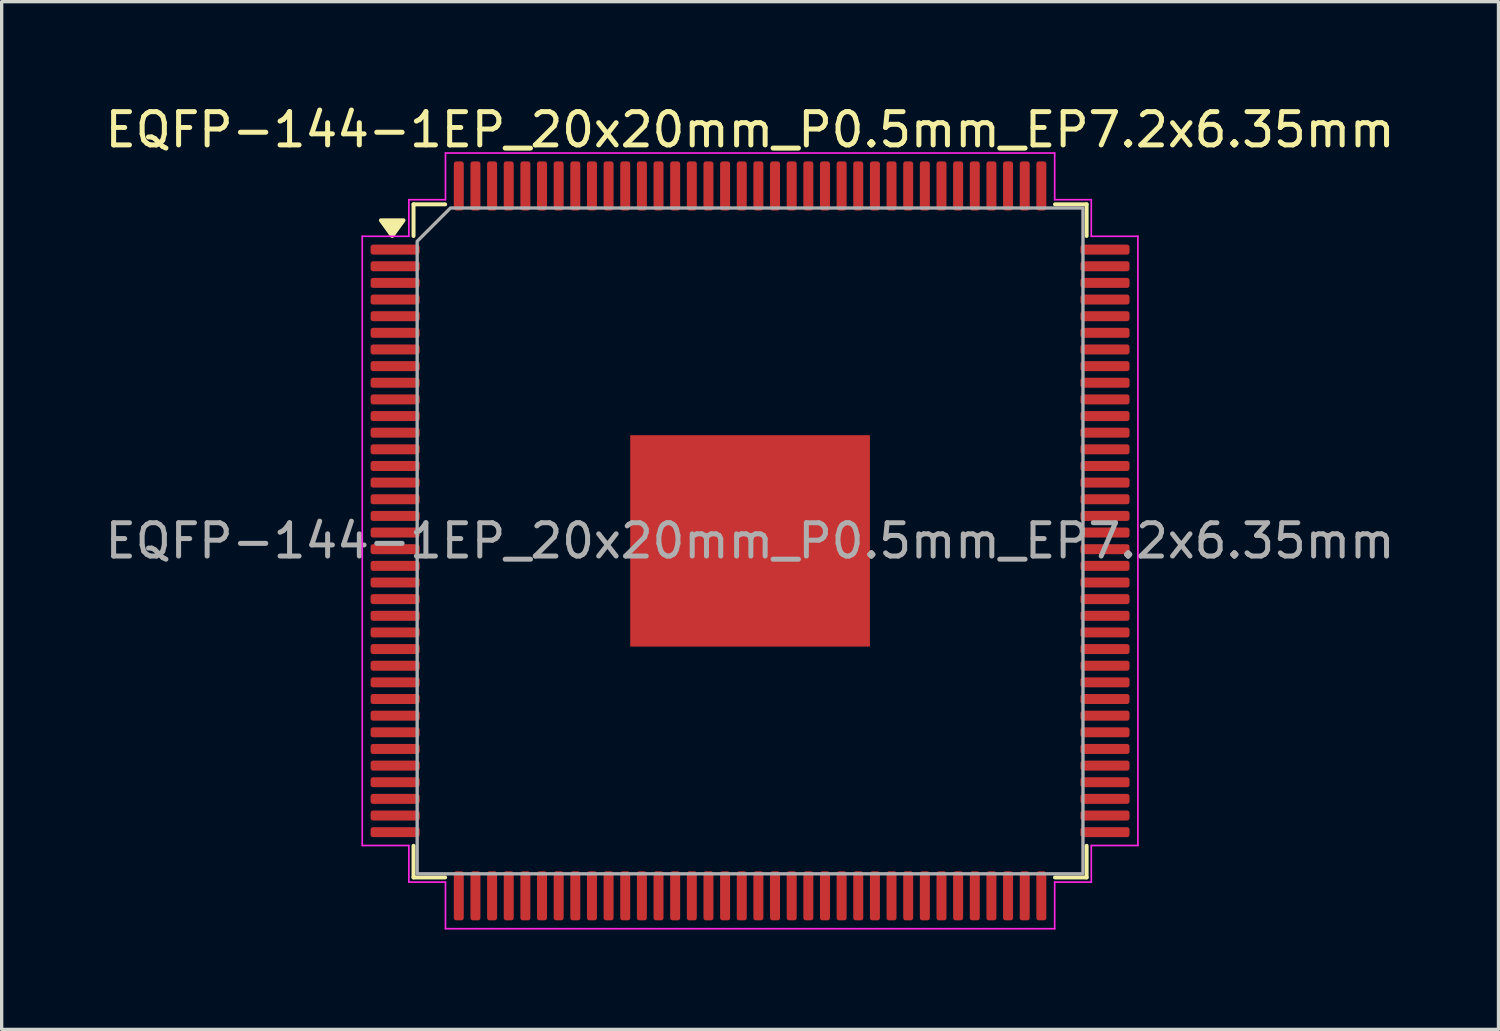
<source format=kicad_pcb>
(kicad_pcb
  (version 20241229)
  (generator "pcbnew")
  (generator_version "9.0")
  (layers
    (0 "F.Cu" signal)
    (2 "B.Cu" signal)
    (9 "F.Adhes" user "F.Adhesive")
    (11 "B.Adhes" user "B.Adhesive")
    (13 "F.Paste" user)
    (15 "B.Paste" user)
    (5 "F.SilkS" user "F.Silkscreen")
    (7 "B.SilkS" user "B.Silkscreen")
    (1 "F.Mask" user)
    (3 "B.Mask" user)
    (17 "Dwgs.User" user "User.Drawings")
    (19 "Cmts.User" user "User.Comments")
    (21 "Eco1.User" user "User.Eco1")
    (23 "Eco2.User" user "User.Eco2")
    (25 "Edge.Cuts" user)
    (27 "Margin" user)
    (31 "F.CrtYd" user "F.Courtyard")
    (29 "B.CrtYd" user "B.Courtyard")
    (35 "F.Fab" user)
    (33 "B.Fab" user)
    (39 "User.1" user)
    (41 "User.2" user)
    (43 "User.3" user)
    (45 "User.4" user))
  (footprint "EQFP-144-1EP_20x20mm_P0.5mm_EP7.2x6.35mm"
    (layer "F.Cu")
    (at 19.482 13.198)
    (property "Reference" "EQFP-144-1EP_20x20mm_P0.5mm_EP7.2x6.35mm" (at 0 -12.35 0) (layer "F.SilkS") (effects (font (size 1 1) (thickness 0.15))))
    (attr smd)
    (fp_line (start -10.11 -10.11) (end -9.16 -10.11) (stroke (width 0.12) (type solid)) (layer "F.SilkS"))
    (fp_line (start -10.11 -9.16) (end -10.11 -10.11) (stroke (width 0.12) (type solid)) (layer "F.SilkS"))
    (fp_line (start -10.11 10.11) (end -10.11 9.16) (stroke (width 0.12) (type solid)) (layer "F.SilkS"))
    (fp_line (start -9.16 10.11) (end -10.11 10.11) (stroke (width 0.12) (type solid)) (layer "F.SilkS"))
    (fp_line (start 9.16 -10.11) (end 10.11 -10.11) (stroke (width 0.12) (type solid)) (layer "F.SilkS"))
    (fp_line (start 10.11 -10.11) (end 10.11 -9.16) (stroke (width 0.12) (type solid)) (layer "F.SilkS"))
    (fp_line (start 10.11 9.16) (end 10.11 10.11) (stroke (width 0.12) (type solid)) (layer "F.SilkS"))
    (fp_line (start 10.11 10.11) (end 9.16 10.11) (stroke (width 0.12) (type solid)) (layer "F.SilkS"))
    (fp_poly (pts (xy -10.75 -9.16) (xy -11.09 -9.63) (xy -10.41 -9.63)) (stroke (width 0.12) (type solid)) (fill yes) (layer "F.SilkS"))
    (fp_line (start -11.65 -9.15) (end -10.25 -9.15) (stroke (width 0.05) (type solid)) (layer "F.CrtYd"))
    (fp_line (start -11.65 9.15) (end -11.65 -9.15) (stroke (width 0.05) (type solid)) (layer "F.CrtYd"))
    (fp_line (start -10.25 -10.25) (end -9.15 -10.25) (stroke (width 0.05) (type solid)) (layer "F.CrtYd"))
    (fp_line (start -10.25 -9.15) (end -10.25 -10.25) (stroke (width 0.05) (type solid)) (layer "F.CrtYd"))
    (fp_line (start -10.25 9.15) (end -11.65 9.15) (stroke (width 0.05) (type solid)) (layer "F.CrtYd"))
    (fp_line (start -10.25 10.25) (end -10.25 9.15) (stroke (width 0.05) (type solid)) (layer "F.CrtYd"))
    (fp_line (start -9.15 -11.65) (end 9.15 -11.65) (stroke (width 0.05) (type solid)) (layer "F.CrtYd"))
    (fp_line (start -9.15 -10.25) (end -9.15 -11.65) (stroke (width 0.05) (type solid)) (layer "F.CrtYd"))
    (fp_line (start -9.15 10.25) (end -10.25 10.25) (stroke (width 0.05) (type solid)) (layer "F.CrtYd"))
    (fp_line (start -9.15 11.65) (end -9.15 10.25) (stroke (width 0.05) (type solid)) (layer "F.CrtYd"))
    (fp_line (start 9.15 -11.65) (end 9.15 -10.25) (stroke (width 0.05) (type solid)) (layer "F.CrtYd"))
    (fp_line (start 9.15 -10.25) (end 10.25 -10.25) (stroke (width 0.05) (type solid)) (layer "F.CrtYd"))
    (fp_line (start 9.15 10.25) (end 9.15 11.65) (stroke (width 0.05) (type solid)) (layer "F.CrtYd"))
    (fp_line (start 9.15 11.65) (end -9.15 11.65) (stroke (width 0.05) (type solid)) (layer "F.CrtYd"))
    (fp_line (start 10.25 -10.25) (end 10.25 -9.15) (stroke (width 0.05) (type solid)) (layer "F.CrtYd"))
    (fp_line (start 10.25 -9.15) (end 11.65 -9.15) (stroke (width 0.05) (type solid)) (layer "F.CrtYd"))
    (fp_line (start 10.25 9.15) (end 10.25 10.25) (stroke (width 0.05) (type solid)) (layer "F.CrtYd"))
    (fp_line (start 10.25 10.25) (end 9.15 10.25) (stroke (width 0.05) (type solid)) (layer "F.CrtYd"))
    (fp_line (start 11.65 -9.15) (end 11.65 9.15) (stroke (width 0.05) (type solid)) (layer "F.CrtYd"))
    (fp_line (start 11.65 9.15) (end 10.25 9.15) (stroke (width 0.05) (type solid)) (layer "F.CrtYd"))
    (fp_poly (pts (xy -10 -9) (xy -10 10) (xy 10 10) (xy 10 -10) (xy -9 -10)) (stroke (width 0.1) (type solid)) (fill no) (layer "F.Fab"))
    (fp_text user "${REFERENCE}" (at 0 0 0) (layer "F.Fab") (effects (font (size 1 1) (thickness 0.15))))
    (pad "" smd roundrect (at -3 -2.54) (size 0.97 1.02) (layers "F.Paste") (roundrect_rratio 0.25))
    (pad "" smd roundrect (at -3 -1.27) (size 0.97 1.02) (layers "F.Paste") (roundrect_rratio 0.25))
    (pad "" smd roundrect (at -3 0) (size 0.97 1.02) (layers "F.Paste") (roundrect_rratio 0.25))
    (pad "" smd roundrect (at -3 1.27) (size 0.97 1.02) (layers "F.Paste") (roundrect_rratio 0.25))
    (pad "" smd roundrect (at -3 2.54) (size 0.97 1.02) (layers "F.Paste") (roundrect_rratio 0.25))
    (pad "" smd roundrect (at -1.8 -2.54) (size 0.97 1.02) (layers "F.Paste") (roundrect_rratio 0.25))
    (pad "" smd roundrect (at -1.8 -1.27) (size 0.97 1.02) (layers "F.Paste") (roundrect_rratio 0.25))
    (pad "" smd roundrect (at -1.8 0) (size 0.97 1.02) (layers "F.Paste") (roundrect_rratio 0.25))
    (pad "" smd roundrect (at -1.8 1.27) (size 0.97 1.02) (layers "F.Paste") (roundrect_rratio 0.25))
    (pad "" smd roundrect (at -1.8 2.54) (size 0.97 1.02) (layers "F.Paste") (roundrect_rratio 0.25))
    (pad "" smd roundrect (at -0.6 -2.54) (size 0.97 1.02) (layers "F.Paste") (roundrect_rratio 0.25))
    (pad "" smd roundrect (at -0.6 -1.27) (size 0.97 1.02) (layers "F.Paste") (roundrect_rratio 0.25))
    (pad "" smd roundrect (at -0.6 0) (size 0.97 1.02) (layers "F.Paste") (roundrect_rratio 0.25))
    (pad "" smd roundrect (at -0.6 1.27) (size 0.97 1.02) (layers "F.Paste") (roundrect_rratio 0.25))
    (pad "" smd roundrect (at -0.6 2.54) (size 0.97 1.02) (layers "F.Paste") (roundrect_rratio 0.25))
    (pad "" smd roundrect (at 0.6 -2.54) (size 0.97 1.02) (layers "F.Paste") (roundrect_rratio 0.25))
    (pad "" smd roundrect (at 0.6 -1.27) (size 0.97 1.02) (layers "F.Paste") (roundrect_rratio 0.25))
    (pad "" smd roundrect (at 0.6 0) (size 0.97 1.02) (layers "F.Paste") (roundrect_rratio 0.25))
    (pad "" smd roundrect (at 0.6 1.27) (size 0.97 1.02) (layers "F.Paste") (roundrect_rratio 0.25))
    (pad "" smd roundrect (at 0.6 2.54) (size 0.97 1.02) (layers "F.Paste") (roundrect_rratio 0.25))
    (pad "" smd roundrect (at 1.8 -2.54) (size 0.97 1.02) (layers "F.Paste") (roundrect_rratio 0.25))
    (pad "" smd roundrect (at 1.8 -1.27) (size 0.97 1.02) (layers "F.Paste") (roundrect_rratio 0.25))
    (pad "" smd roundrect (at 1.8 0) (size 0.97 1.02) (layers "F.Paste") (roundrect_rratio 0.25))
    (pad "" smd roundrect (at 1.8 1.27) (size 0.97 1.02) (layers "F.Paste") (roundrect_rratio 0.25))
    (pad "" smd roundrect (at 1.8 2.54) (size 0.97 1.02) (layers "F.Paste") (roundrect_rratio 0.25))
    (pad "" smd roundrect (at 3 -2.54) (size 0.97 1.02) (layers "F.Paste") (roundrect_rratio 0.25))
    (pad "" smd roundrect (at 3 -1.27) (size 0.97 1.02) (layers "F.Paste") (roundrect_rratio 0.25))
    (pad "" smd roundrect (at 3 0) (size 0.97 1.02) (layers "F.Paste") (roundrect_rratio 0.25))
    (pad "" smd roundrect (at 3 1.27) (size 0.97 1.02) (layers "F.Paste") (roundrect_rratio 0.25))
    (pad "" smd roundrect (at 3 2.54) (size 0.97 1.02) (layers "F.Paste") (roundrect_rratio 0.25))
    (pad "1" smd roundrect (at -10.662 -8.75) (size 1.475 0.3) (layers "F.Cu" "F.Mask" "F.Paste") (roundrect_rratio 0.25))
    (pad "2" smd roundrect (at -10.662 -8.25) (size 1.475 0.3) (layers "F.Cu" "F.Mask" "F.Paste") (roundrect_rratio 0.25))
    (pad "3" smd roundrect (at -10.662 -7.75) (size 1.475 0.3) (layers "F.Cu" "F.Mask" "F.Paste") (roundrect_rratio 0.25))
    (pad "4" smd roundrect (at -10.662 -7.25) (size 1.475 0.3) (layers "F.Cu" "F.Mask" "F.Paste") (roundrect_rratio 0.25))
    (pad "5" smd roundrect (at -10.662 -6.75) (size 1.475 0.3) (layers "F.Cu" "F.Mask" "F.Paste") (roundrect_rratio 0.25))
    (pad "6" smd roundrect (at -10.662 -6.25) (size 1.475 0.3) (layers "F.Cu" "F.Mask" "F.Paste") (roundrect_rratio 0.25))
    (pad "7" smd roundrect (at -10.662 -5.75) (size 1.475 0.3) (layers "F.Cu" "F.Mask" "F.Paste") (roundrect_rratio 0.25))
    (pad "8" smd roundrect (at -10.662 -5.25) (size 1.475 0.3) (layers "F.Cu" "F.Mask" "F.Paste") (roundrect_rratio 0.25))
    (pad "9" smd roundrect (at -10.662 -4.75) (size 1.475 0.3) (layers "F.Cu" "F.Mask" "F.Paste") (roundrect_rratio 0.25))
    (pad "10" smd roundrect (at -10.662 -4.25) (size 1.475 0.3) (layers "F.Cu" "F.Mask" "F.Paste") (roundrect_rratio 0.25))
    (pad "11" smd roundrect (at -10.662 -3.75) (size 1.475 0.3) (layers "F.Cu" "F.Mask" "F.Paste") (roundrect_rratio 0.25))
    (pad "12" smd roundrect (at -10.662 -3.25) (size 1.475 0.3) (layers "F.Cu" "F.Mask" "F.Paste") (roundrect_rratio 0.25))
    (pad "13" smd roundrect (at -10.662 -2.75) (size 1.475 0.3) (layers "F.Cu" "F.Mask" "F.Paste") (roundrect_rratio 0.25))
    (pad "14" smd roundrect (at -10.662 -2.25) (size 1.475 0.3) (layers "F.Cu" "F.Mask" "F.Paste") (roundrect_rratio 0.25))
    (pad "15" smd roundrect (at -10.662 -1.75) (size 1.475 0.3) (layers "F.Cu" "F.Mask" "F.Paste") (roundrect_rratio 0.25))
    (pad "16" smd roundrect (at -10.662 -1.25) (size 1.475 0.3) (layers "F.Cu" "F.Mask" "F.Paste") (roundrect_rratio 0.25))
    (pad "17" smd roundrect (at -10.662 -0.75) (size 1.475 0.3) (layers "F.Cu" "F.Mask" "F.Paste") (roundrect_rratio 0.25))
    (pad "18" smd roundrect (at -10.662 -0.25) (size 1.475 0.3) (layers "F.Cu" "F.Mask" "F.Paste") (roundrect_rratio 0.25))
    (pad "19" smd roundrect (at -10.662 0.25) (size 1.475 0.3) (layers "F.Cu" "F.Mask" "F.Paste") (roundrect_rratio 0.25))
    (pad "20" smd roundrect (at -10.662 0.75) (size 1.475 0.3) (layers "F.Cu" "F.Mask" "F.Paste") (roundrect_rratio 0.25))
    (pad "21" smd roundrect (at -10.662 1.25) (size 1.475 0.3) (layers "F.Cu" "F.Mask" "F.Paste") (roundrect_rratio 0.25))
    (pad "22" smd roundrect (at -10.662 1.75) (size 1.475 0.3) (layers "F.Cu" "F.Mask" "F.Paste") (roundrect_rratio 0.25))
    (pad "23" smd roundrect (at -10.662 2.25) (size 1.475 0.3) (layers "F.Cu" "F.Mask" "F.Paste") (roundrect_rratio 0.25))
    (pad "24" smd roundrect (at -10.662 2.75) (size 1.475 0.3) (layers "F.Cu" "F.Mask" "F.Paste") (roundrect_rratio 0.25))
    (pad "25" smd roundrect (at -10.662 3.25) (size 1.475 0.3) (layers "F.Cu" "F.Mask" "F.Paste") (roundrect_rratio 0.25))
    (pad "26" smd roundrect (at -10.662 3.75) (size 1.475 0.3) (layers "F.Cu" "F.Mask" "F.Paste") (roundrect_rratio 0.25))
    (pad "27" smd roundrect (at -10.662 4.25) (size 1.475 0.3) (layers "F.Cu" "F.Mask" "F.Paste") (roundrect_rratio 0.25))
    (pad "28" smd roundrect (at -10.662 4.75) (size 1.475 0.3) (layers "F.Cu" "F.Mask" "F.Paste") (roundrect_rratio 0.25))
    (pad "29" smd roundrect (at -10.662 5.25) (size 1.475 0.3) (layers "F.Cu" "F.Mask" "F.Paste") (roundrect_rratio 0.25))
    (pad "30" smd roundrect (at -10.662 5.75) (size 1.475 0.3) (layers "F.Cu" "F.Mask" "F.Paste") (roundrect_rratio 0.25))
    (pad "31" smd roundrect (at -10.662 6.25) (size 1.475 0.3) (layers "F.Cu" "F.Mask" "F.Paste") (roundrect_rratio 0.25))
    (pad "32" smd roundrect (at -10.662 6.75) (size 1.475 0.3) (layers "F.Cu" "F.Mask" "F.Paste") (roundrect_rratio 0.25))
    (pad "33" smd roundrect (at -10.662 7.25) (size 1.475 0.3) (layers "F.Cu" "F.Mask" "F.Paste") (roundrect_rratio 0.25))
    (pad "34" smd roundrect (at -10.662 7.75) (size 1.475 0.3) (layers "F.Cu" "F.Mask" "F.Paste") (roundrect_rratio 0.25))
    (pad "35" smd roundrect (at -10.662 8.25) (size 1.475 0.3) (layers "F.Cu" "F.Mask" "F.Paste") (roundrect_rratio 0.25))
    (pad "36" smd roundrect (at -10.662 8.75) (size 1.475 0.3) (layers "F.Cu" "F.Mask" "F.Paste") (roundrect_rratio 0.25))
    (pad "37" smd roundrect (at -8.75 10.662) (size 0.3 1.475) (layers "F.Cu" "F.Mask" "F.Paste") (roundrect_rratio 0.25))
    (pad "38" smd roundrect (at -8.25 10.662) (size 0.3 1.475) (layers "F.Cu" "F.Mask" "F.Paste") (roundrect_rratio 0.25))
    (pad "39" smd roundrect (at -7.75 10.662) (size 0.3 1.475) (layers "F.Cu" "F.Mask" "F.Paste") (roundrect_rratio 0.25))
    (pad "40" smd roundrect (at -7.25 10.662) (size 0.3 1.475) (layers "F.Cu" "F.Mask" "F.Paste") (roundrect_rratio 0.25))
    (pad "41" smd roundrect (at -6.75 10.662) (size 0.3 1.475) (layers "F.Cu" "F.Mask" "F.Paste") (roundrect_rratio 0.25))
    (pad "42" smd roundrect (at -6.25 10.662) (size 0.3 1.475) (layers "F.Cu" "F.Mask" "F.Paste") (roundrect_rratio 0.25))
    (pad "43" smd roundrect (at -5.75 10.662) (size 0.3 1.475) (layers "F.Cu" "F.Mask" "F.Paste") (roundrect_rratio 0.25))
    (pad "44" smd roundrect (at -5.25 10.662) (size 0.3 1.475) (layers "F.Cu" "F.Mask" "F.Paste") (roundrect_rratio 0.25))
    (pad "45" smd roundrect (at -4.75 10.662) (size 0.3 1.475) (layers "F.Cu" "F.Mask" "F.Paste") (roundrect_rratio 0.25))
    (pad "46" smd roundrect (at -4.25 10.662) (size 0.3 1.475) (layers "F.Cu" "F.Mask" "F.Paste") (roundrect_rratio 0.25))
    (pad "47" smd roundrect (at -3.75 10.662) (size 0.3 1.475) (layers "F.Cu" "F.Mask" "F.Paste") (roundrect_rratio 0.25))
    (pad "48" smd roundrect (at -3.25 10.662) (size 0.3 1.475) (layers "F.Cu" "F.Mask" "F.Paste") (roundrect_rratio 0.25))
    (pad "49" smd roundrect (at -2.75 10.662) (size 0.3 1.475) (layers "F.Cu" "F.Mask" "F.Paste") (roundrect_rratio 0.25))
    (pad "50" smd roundrect (at -2.25 10.662) (size 0.3 1.475) (layers "F.Cu" "F.Mask" "F.Paste") (roundrect_rratio 0.25))
    (pad "51" smd roundrect (at -1.75 10.662) (size 0.3 1.475) (layers "F.Cu" "F.Mask" "F.Paste") (roundrect_rratio 0.25))
    (pad "52" smd roundrect (at -1.25 10.662) (size 0.3 1.475) (layers "F.Cu" "F.Mask" "F.Paste") (roundrect_rratio 0.25))
    (pad "53" smd roundrect (at -0.75 10.662) (size 0.3 1.475) (layers "F.Cu" "F.Mask" "F.Paste") (roundrect_rratio 0.25))
    (pad "54" smd roundrect (at -0.25 10.662) (size 0.3 1.475) (layers "F.Cu" "F.Mask" "F.Paste") (roundrect_rratio 0.25))
    (pad "55" smd roundrect (at 0.25 10.662) (size 0.3 1.475) (layers "F.Cu" "F.Mask" "F.Paste") (roundrect_rratio 0.25))
    (pad "56" smd roundrect (at 0.75 10.662) (size 0.3 1.475) (layers "F.Cu" "F.Mask" "F.Paste") (roundrect_rratio 0.25))
    (pad "57" smd roundrect (at 1.25 10.662) (size 0.3 1.475) (layers "F.Cu" "F.Mask" "F.Paste") (roundrect_rratio 0.25))
    (pad "58" smd roundrect (at 1.75 10.662) (size 0.3 1.475) (layers "F.Cu" "F.Mask" "F.Paste") (roundrect_rratio 0.25))
    (pad "59" smd roundrect (at 2.25 10.662) (size 0.3 1.475) (layers "F.Cu" "F.Mask" "F.Paste") (roundrect_rratio 0.25))
    (pad "60" smd roundrect (at 2.75 10.662) (size 0.3 1.475) (layers "F.Cu" "F.Mask" "F.Paste") (roundrect_rratio 0.25))
    (pad "61" smd roundrect (at 3.25 10.662) (size 0.3 1.475) (layers "F.Cu" "F.Mask" "F.Paste") (roundrect_rratio 0.25))
    (pad "62" smd roundrect (at 3.75 10.662) (size 0.3 1.475) (layers "F.Cu" "F.Mask" "F.Paste") (roundrect_rratio 0.25))
    (pad "63" smd roundrect (at 4.25 10.662) (size 0.3 1.475) (layers "F.Cu" "F.Mask" "F.Paste") (roundrect_rratio 0.25))
    (pad "64" smd roundrect (at 4.75 10.662) (size 0.3 1.475) (layers "F.Cu" "F.Mask" "F.Paste") (roundrect_rratio 0.25))
    (pad "65" smd roundrect (at 5.25 10.662) (size 0.3 1.475) (layers "F.Cu" "F.Mask" "F.Paste") (roundrect_rratio 0.25))
    (pad "66" smd roundrect (at 5.75 10.662) (size 0.3 1.475) (layers "F.Cu" "F.Mask" "F.Paste") (roundrect_rratio 0.25))
    (pad "67" smd roundrect (at 6.25 10.662) (size 0.3 1.475) (layers "F.Cu" "F.Mask" "F.Paste") (roundrect_rratio 0.25))
    (pad "68" smd roundrect (at 6.75 10.662) (size 0.3 1.475) (layers "F.Cu" "F.Mask" "F.Paste") (roundrect_rratio 0.25))
    (pad "69" smd roundrect (at 7.25 10.662) (size 0.3 1.475) (layers "F.Cu" "F.Mask" "F.Paste") (roundrect_rratio 0.25))
    (pad "70" smd roundrect (at 7.75 10.662) (size 0.3 1.475) (layers "F.Cu" "F.Mask" "F.Paste") (roundrect_rratio 0.25))
    (pad "71" smd roundrect (at 8.25 10.662) (size 0.3 1.475) (layers "F.Cu" "F.Mask" "F.Paste") (roundrect_rratio 0.25))
    (pad "72" smd roundrect (at 8.75 10.662) (size 0.3 1.475) (layers "F.Cu" "F.Mask" "F.Paste") (roundrect_rratio 0.25))
    (pad "73" smd roundrect (at 10.662 8.75) (size 1.475 0.3) (layers "F.Cu" "F.Mask" "F.Paste") (roundrect_rratio 0.25))
    (pad "74" smd roundrect (at 10.662 8.25) (size 1.475 0.3) (layers "F.Cu" "F.Mask" "F.Paste") (roundrect_rratio 0.25))
    (pad "75" smd roundrect (at 10.662 7.75) (size 1.475 0.3) (layers "F.Cu" "F.Mask" "F.Paste") (roundrect_rratio 0.25))
    (pad "76" smd roundrect (at 10.662 7.25) (size 1.475 0.3) (layers "F.Cu" "F.Mask" "F.Paste") (roundrect_rratio 0.25))
    (pad "77" smd roundrect (at 10.662 6.75) (size 1.475 0.3) (layers "F.Cu" "F.Mask" "F.Paste") (roundrect_rratio 0.25))
    (pad "78" smd roundrect (at 10.662 6.25) (size 1.475 0.3) (layers "F.Cu" "F.Mask" "F.Paste") (roundrect_rratio 0.25))
    (pad "79" smd roundrect (at 10.662 5.75) (size 1.475 0.3) (layers "F.Cu" "F.Mask" "F.Paste") (roundrect_rratio 0.25))
    (pad "80" smd roundrect (at 10.662 5.25) (size 1.475 0.3) (layers "F.Cu" "F.Mask" "F.Paste") (roundrect_rratio 0.25))
    (pad "81" smd roundrect (at 10.662 4.75) (size 1.475 0.3) (layers "F.Cu" "F.Mask" "F.Paste") (roundrect_rratio 0.25))
    (pad "82" smd roundrect (at 10.662 4.25) (size 1.475 0.3) (layers "F.Cu" "F.Mask" "F.Paste") (roundrect_rratio 0.25))
    (pad "83" smd roundrect (at 10.662 3.75) (size 1.475 0.3) (layers "F.Cu" "F.Mask" "F.Paste") (roundrect_rratio 0.25))
    (pad "84" smd roundrect (at 10.662 3.25) (size 1.475 0.3) (layers "F.Cu" "F.Mask" "F.Paste") (roundrect_rratio 0.25))
    (pad "85" smd roundrect (at 10.662 2.75) (size 1.475 0.3) (layers "F.Cu" "F.Mask" "F.Paste") (roundrect_rratio 0.25))
    (pad "86" smd roundrect (at 10.662 2.25) (size 1.475 0.3) (layers "F.Cu" "F.Mask" "F.Paste") (roundrect_rratio 0.25))
    (pad "87" smd roundrect (at 10.662 1.75) (size 1.475 0.3) (layers "F.Cu" "F.Mask" "F.Paste") (roundrect_rratio 0.25))
    (pad "88" smd roundrect (at 10.662 1.25) (size 1.475 0.3) (layers "F.Cu" "F.Mask" "F.Paste") (roundrect_rratio 0.25))
    (pad "89" smd roundrect (at 10.662 0.75) (size 1.475 0.3) (layers "F.Cu" "F.Mask" "F.Paste") (roundrect_rratio 0.25))
    (pad "90" smd roundrect (at 10.662 0.25) (size 1.475 0.3) (layers "F.Cu" "F.Mask" "F.Paste") (roundrect_rratio 0.25))
    (pad "91" smd roundrect (at 10.662 -0.25) (size 1.475 0.3) (layers "F.Cu" "F.Mask" "F.Paste") (roundrect_rratio 0.25))
    (pad "92" smd roundrect (at 10.662 -0.75) (size 1.475 0.3) (layers "F.Cu" "F.Mask" "F.Paste") (roundrect_rratio 0.25))
    (pad "93" smd roundrect (at 10.662 -1.25) (size 1.475 0.3) (layers "F.Cu" "F.Mask" "F.Paste") (roundrect_rratio 0.25))
    (pad "94" smd roundrect (at 10.662 -1.75) (size 1.475 0.3) (layers "F.Cu" "F.Mask" "F.Paste") (roundrect_rratio 0.25))
    (pad "95" smd roundrect (at 10.662 -2.25) (size 1.475 0.3) (layers "F.Cu" "F.Mask" "F.Paste") (roundrect_rratio 0.25))
    (pad "96" smd roundrect (at 10.662 -2.75) (size 1.475 0.3) (layers "F.Cu" "F.Mask" "F.Paste") (roundrect_rratio 0.25))
    (pad "97" smd roundrect (at 10.662 -3.25) (size 1.475 0.3) (layers "F.Cu" "F.Mask" "F.Paste") (roundrect_rratio 0.25))
    (pad "98" smd roundrect (at 10.662 -3.75) (size 1.475 0.3) (layers "F.Cu" "F.Mask" "F.Paste") (roundrect_rratio 0.25))
    (pad "99" smd roundrect (at 10.662 -4.25) (size 1.475 0.3) (layers "F.Cu" "F.Mask" "F.Paste") (roundrect_rratio 0.25))
    (pad "100" smd roundrect (at 10.662 -4.75) (size 1.475 0.3) (layers "F.Cu" "F.Mask" "F.Paste") (roundrect_rratio 0.25))
    (pad "101" smd roundrect (at 10.662 -5.25) (size 1.475 0.3) (layers "F.Cu" "F.Mask" "F.Paste") (roundrect_rratio 0.25))
    (pad "102" smd roundrect (at 10.662 -5.75) (size 1.475 0.3) (layers "F.Cu" "F.Mask" "F.Paste") (roundrect_rratio 0.25))
    (pad "103" smd roundrect (at 10.662 -6.25) (size 1.475 0.3) (layers "F.Cu" "F.Mask" "F.Paste") (roundrect_rratio 0.25))
    (pad "104" smd roundrect (at 10.662 -6.75) (size 1.475 0.3) (layers "F.Cu" "F.Mask" "F.Paste") (roundrect_rratio 0.25))
    (pad "105" smd roundrect (at 10.662 -7.25) (size 1.475 0.3) (layers "F.Cu" "F.Mask" "F.Paste") (roundrect_rratio 0.25))
    (pad "106" smd roundrect (at 10.662 -7.75) (size 1.475 0.3) (layers "F.Cu" "F.Mask" "F.Paste") (roundrect_rratio 0.25))
    (pad "107" smd roundrect (at 10.662 -8.25) (size 1.475 0.3) (layers "F.Cu" "F.Mask" "F.Paste") (roundrect_rratio 0.25))
    (pad "108" smd roundrect (at 10.662 -8.75) (size 1.475 0.3) (layers "F.Cu" "F.Mask" "F.Paste") (roundrect_rratio 0.25))
    (pad "109" smd roundrect (at 8.75 -10.662) (size 0.3 1.475) (layers "F.Cu" "F.Mask" "F.Paste") (roundrect_rratio 0.25))
    (pad "110" smd roundrect (at 8.25 -10.662) (size 0.3 1.475) (layers "F.Cu" "F.Mask" "F.Paste") (roundrect_rratio 0.25))
    (pad "111" smd roundrect (at 7.75 -10.662) (size 0.3 1.475) (layers "F.Cu" "F.Mask" "F.Paste") (roundrect_rratio 0.25))
    (pad "112" smd roundrect (at 7.25 -10.662) (size 0.3 1.475) (layers "F.Cu" "F.Mask" "F.Paste") (roundrect_rratio 0.25))
    (pad "113" smd roundrect (at 6.75 -10.662) (size 0.3 1.475) (layers "F.Cu" "F.Mask" "F.Paste") (roundrect_rratio 0.25))
    (pad "114" smd roundrect (at 6.25 -10.662) (size 0.3 1.475) (layers "F.Cu" "F.Mask" "F.Paste") (roundrect_rratio 0.25))
    (pad "115" smd roundrect (at 5.75 -10.662) (size 0.3 1.475) (layers "F.Cu" "F.Mask" "F.Paste") (roundrect_rratio 0.25))
    (pad "116" smd roundrect (at 5.25 -10.662) (size 0.3 1.475) (layers "F.Cu" "F.Mask" "F.Paste") (roundrect_rratio 0.25))
    (pad "117" smd roundrect (at 4.75 -10.662) (size 0.3 1.475) (layers "F.Cu" "F.Mask" "F.Paste") (roundrect_rratio 0.25))
    (pad "118" smd roundrect (at 4.25 -10.662) (size 0.3 1.475) (layers "F.Cu" "F.Mask" "F.Paste") (roundrect_rratio 0.25))
    (pad "119" smd roundrect (at 3.75 -10.662) (size 0.3 1.475) (layers "F.Cu" "F.Mask" "F.Paste") (roundrect_rratio 0.25))
    (pad "120" smd roundrect (at 3.25 -10.662) (size 0.3 1.475) (layers "F.Cu" "F.Mask" "F.Paste") (roundrect_rratio 0.25))
    (pad "121" smd roundrect (at 2.75 -10.662) (size 0.3 1.475) (layers "F.Cu" "F.Mask" "F.Paste") (roundrect_rratio 0.25))
    (pad "122" smd roundrect (at 2.25 -10.662) (size 0.3 1.475) (layers "F.Cu" "F.Mask" "F.Paste") (roundrect_rratio 0.25))
    (pad "123" smd roundrect (at 1.75 -10.662) (size 0.3 1.475) (layers "F.Cu" "F.Mask" "F.Paste") (roundrect_rratio 0.25))
    (pad "124" smd roundrect (at 1.25 -10.662) (size 0.3 1.475) (layers "F.Cu" "F.Mask" "F.Paste") (roundrect_rratio 0.25))
    (pad "125" smd roundrect (at 0.75 -10.662) (size 0.3 1.475) (layers "F.Cu" "F.Mask" "F.Paste") (roundrect_rratio 0.25))
    (pad "126" smd roundrect (at 0.25 -10.662) (size 0.3 1.475) (layers "F.Cu" "F.Mask" "F.Paste") (roundrect_rratio 0.25))
    (pad "127" smd roundrect (at -0.25 -10.662) (size 0.3 1.475) (layers "F.Cu" "F.Mask" "F.Paste") (roundrect_rratio 0.25))
    (pad "128" smd roundrect (at -0.75 -10.662) (size 0.3 1.475) (layers "F.Cu" "F.Mask" "F.Paste") (roundrect_rratio 0.25))
    (pad "129" smd roundrect (at -1.25 -10.662) (size 0.3 1.475) (layers "F.Cu" "F.Mask" "F.Paste") (roundrect_rratio 0.25))
    (pad "130" smd roundrect (at -1.75 -10.662) (size 0.3 1.475) (layers "F.Cu" "F.Mask" "F.Paste") (roundrect_rratio 0.25))
    (pad "131" smd roundrect (at -2.25 -10.662) (size 0.3 1.475) (layers "F.Cu" "F.Mask" "F.Paste") (roundrect_rratio 0.25))
    (pad "132" smd roundrect (at -2.75 -10.662) (size 0.3 1.475) (layers "F.Cu" "F.Mask" "F.Paste") (roundrect_rratio 0.25))
    (pad "133" smd roundrect (at -3.25 -10.662) (size 0.3 1.475) (layers "F.Cu" "F.Mask" "F.Paste") (roundrect_rratio 0.25))
    (pad "134" smd roundrect (at -3.75 -10.662) (size 0.3 1.475) (layers "F.Cu" "F.Mask" "F.Paste") (roundrect_rratio 0.25))
    (pad "135" smd roundrect (at -4.25 -10.662) (size 0.3 1.475) (layers "F.Cu" "F.Mask" "F.Paste") (roundrect_rratio 0.25))
    (pad "136" smd roundrect (at -4.75 -10.662) (size 0.3 1.475) (layers "F.Cu" "F.Mask" "F.Paste") (roundrect_rratio 0.25))
    (pad "137" smd roundrect (at -5.25 -10.662) (size 0.3 1.475) (layers "F.Cu" "F.Mask" "F.Paste") (roundrect_rratio 0.25))
    (pad "138" smd roundrect (at -5.75 -10.662) (size 0.3 1.475) (layers "F.Cu" "F.Mask" "F.Paste") (roundrect_rratio 0.25))
    (pad "139" smd roundrect (at -6.25 -10.662) (size 0.3 1.475) (layers "F.Cu" "F.Mask" "F.Paste") (roundrect_rratio 0.25))
    (pad "140" smd roundrect (at -6.75 -10.662) (size 0.3 1.475) (layers "F.Cu" "F.Mask" "F.Paste") (roundrect_rratio 0.25))
    (pad "141" smd roundrect (at -7.25 -10.662) (size 0.3 1.475) (layers "F.Cu" "F.Mask" "F.Paste") (roundrect_rratio 0.25))
    (pad "142" smd roundrect (at -7.75 -10.662) (size 0.3 1.475) (layers "F.Cu" "F.Mask" "F.Paste") (roundrect_rratio 0.25))
    (pad "143" smd roundrect (at -8.25 -10.662) (size 0.3 1.475) (layers "F.Cu" "F.Mask" "F.Paste") (roundrect_rratio 0.25))
    (pad "144" smd roundrect (at -8.75 -10.662) (size 0.3 1.475) (layers "F.Cu" "F.Mask" "F.Paste") (roundrect_rratio 0.25))
    (pad "145" smd rect (at 0 0) (size 7.2 6.35) (property pad_prop_heatsink) (layers "F.Cu" "F.Mask")))
  (gr_rect
    (start -3 -3)
    (end 41.964 27.873)
    (stroke (width 0.1) (type default))
    (fill no)
    (layer "Edge.Cuts")))
</source>
